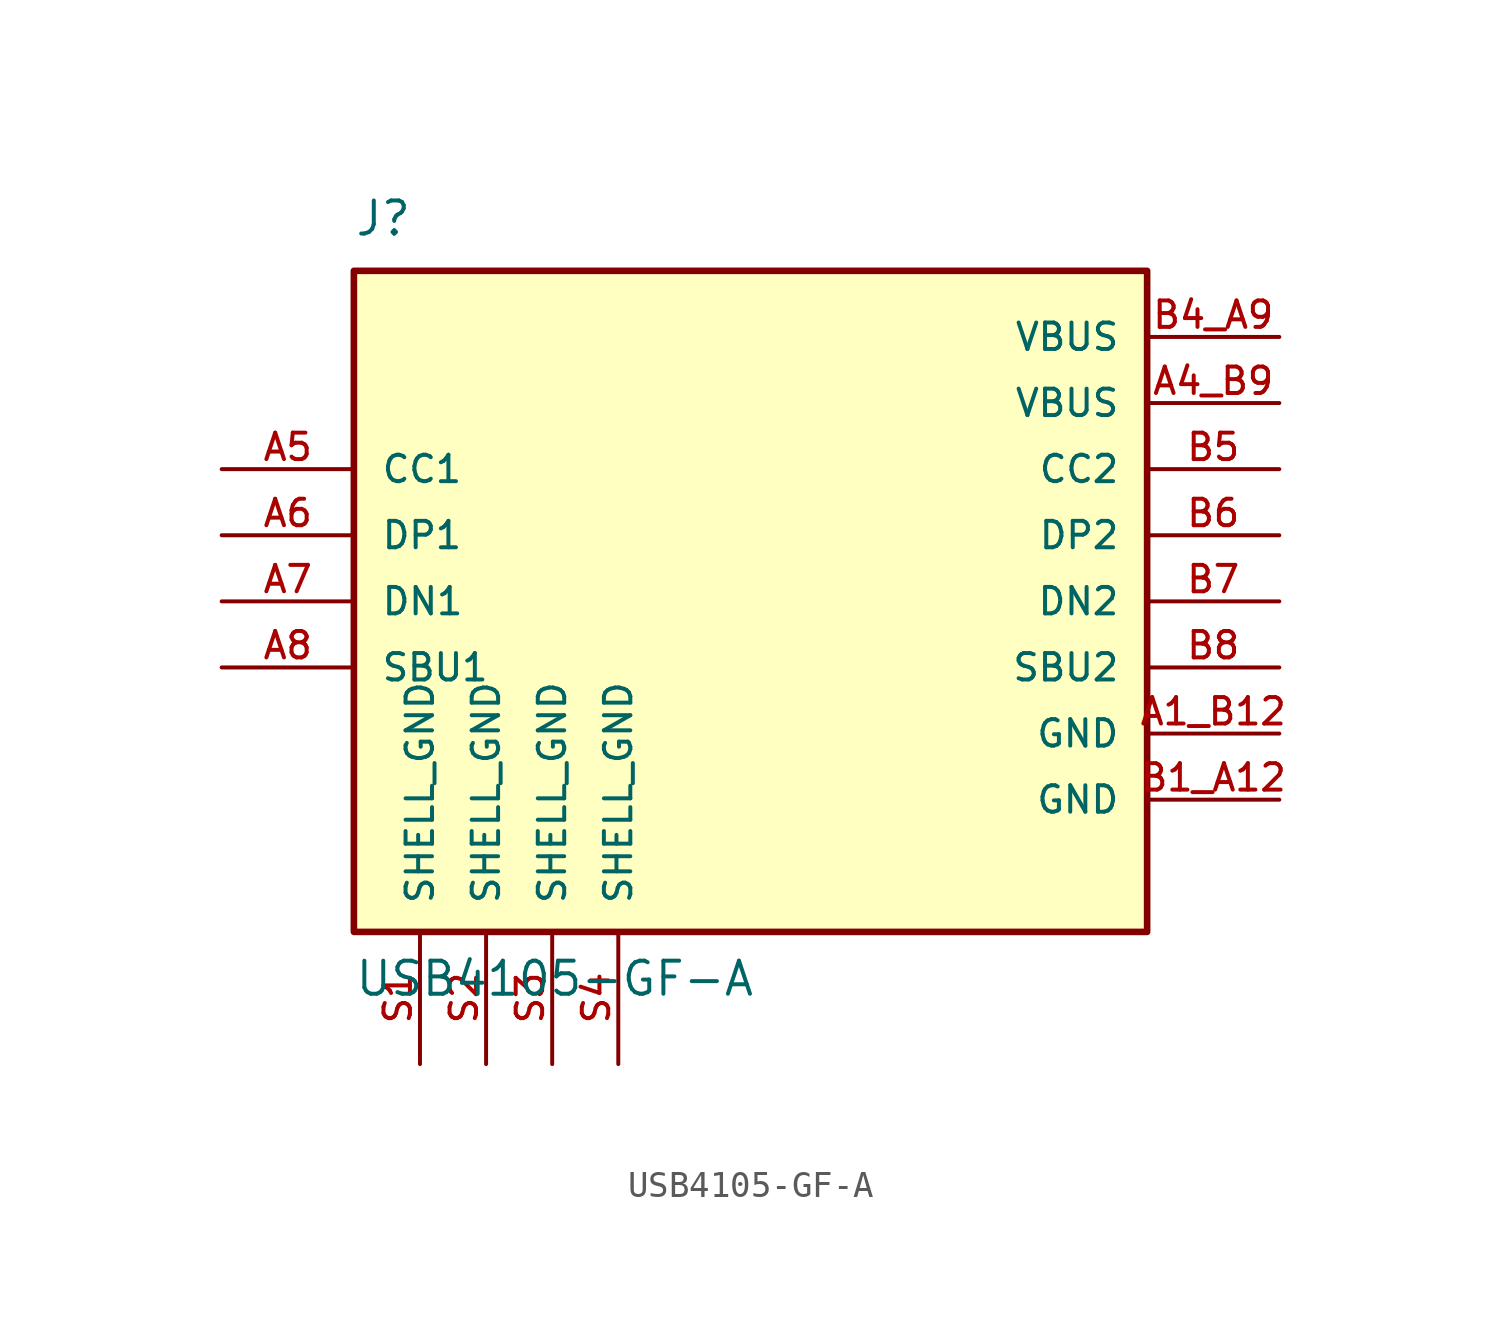
<source format=kicad_sym>
(kicad_symbol_lib
  (version 20211014)
  (generator kicad_symbol_editor)
  (symbol "USB4105-GF-A"
    (pin_names
      (offset 1.016))
    (property "Reference" "J"
      (at -15.24 13.97 0)
      (effects (font (size 1.27 1.27)) (justify left bottom)))
    (property "Value" "USB4105-GF-A"
      (at -15.24 -15.24 0)
      (effects (font (size 1.27 1.27)) (justify left bottom)))
    (symbol "USB4105-GF-A_0_0"
      (rectangle (start -15.24 -12.7) (end 15.24 12.7) (stroke (width 0.254) (type default) (color 0 0 0 0)) (fill (type background)))
      (pin power_in line (at 20.32 -5.08 180) (length 5.08) (name "GND" (effects (font (size 1.016 1.016)))) (number "A1_B12" (effects (font (size 1.016 1.016)))))
      (pin power_in line (at 20.32 7.62 180) (length 5.08) (name "VBUS" (effects (font (size 1.016 1.016)))) (number "A4_B9" (effects (font (size 1.016 1.016)))))
      (pin bidirectional line (at -20.32 5.08 0) (length 5.08) (name "CC1" (effects (font (size 1.016 1.016)))) (number "A5" (effects (font (size 1.016 1.016)))))
      (pin bidirectional line (at -20.32 2.54 0) (length 5.08) (name "DP1" (effects (font (size 1.016 1.016)))) (number "A6" (effects (font (size 1.016 1.016)))))
      (pin bidirectional line (at -20.32 0 0) (length 5.08) (name "DN1" (effects (font (size 1.016 1.016)))) (number "A7" (effects (font (size 1.016 1.016)))))
      (pin bidirectional line (at -20.32 -2.54 0) (length 5.08) (name "SBU1" (effects (font (size 1.016 1.016)))) (number "A8" (effects (font (size 1.016 1.016)))))
      (pin power_in line (at 20.32 -7.62 180) (length 5.08) (name "GND" (effects (font (size 1.016 1.016)))) (number "B1_A12" (effects (font (size 1.016 1.016)))))
      (pin power_in line (at 20.32 10.16 180) (length 5.08) (name "VBUS" (effects (font (size 1.016 1.016)))) (number "B4_A9" (effects (font (size 1.016 1.016)))))
      (pin bidirectional line (at 20.32 5.08 180) (length 5.08) (name "CC2" (effects (font (size 1.016 1.016)))) (number "B5" (effects (font (size 1.016 1.016)))))
      (pin bidirectional line (at 20.32 2.54 180) (length 5.08) (name "DP2" (effects (font (size 1.016 1.016)))) (number "B6" (effects (font (size 1.016 1.016)))))
      (pin bidirectional line (at 20.32 0 180) (length 5.08) (name "DN2" (effects (font (size 1.016 1.016)))) (number "B7" (effects (font (size 1.016 1.016)))))
      (pin bidirectional line (at 20.32 -2.54 180) (length 5.08) (name "SBU2" (effects (font (size 1.016 1.016)))) (number "B8" (effects (font (size 1.016 1.016)))))
      (pin power_in line (at -12.7 -17.78 90) (length 5.08) (name "SHELL_GND" (effects (font (size 1.016 1.016)))) (number "S1" (effects (font (size 1.016 1.016)))))
      (pin power_in line (at -10.16 -17.78 90) (length 5.08) (name "SHELL_GND" (effects (font (size 1.016 1.016)))) (number "S2" (effects (font (size 1.016 1.016)))))
      (pin power_in line (at -7.62 -17.78 90) (length 5.08) (name "SHELL_GND" (effects (font (size 1.016 1.016)))) (number "S3" (effects (font (size 1.016 1.016)))))
      (pin power_in line (at -5.08 -17.78 90) (length 5.08) (name "SHELL_GND" (effects (font (size 1.016 1.016)))) (number "S4" (effects (font (size 1.016 1.016))))))))
</source>
